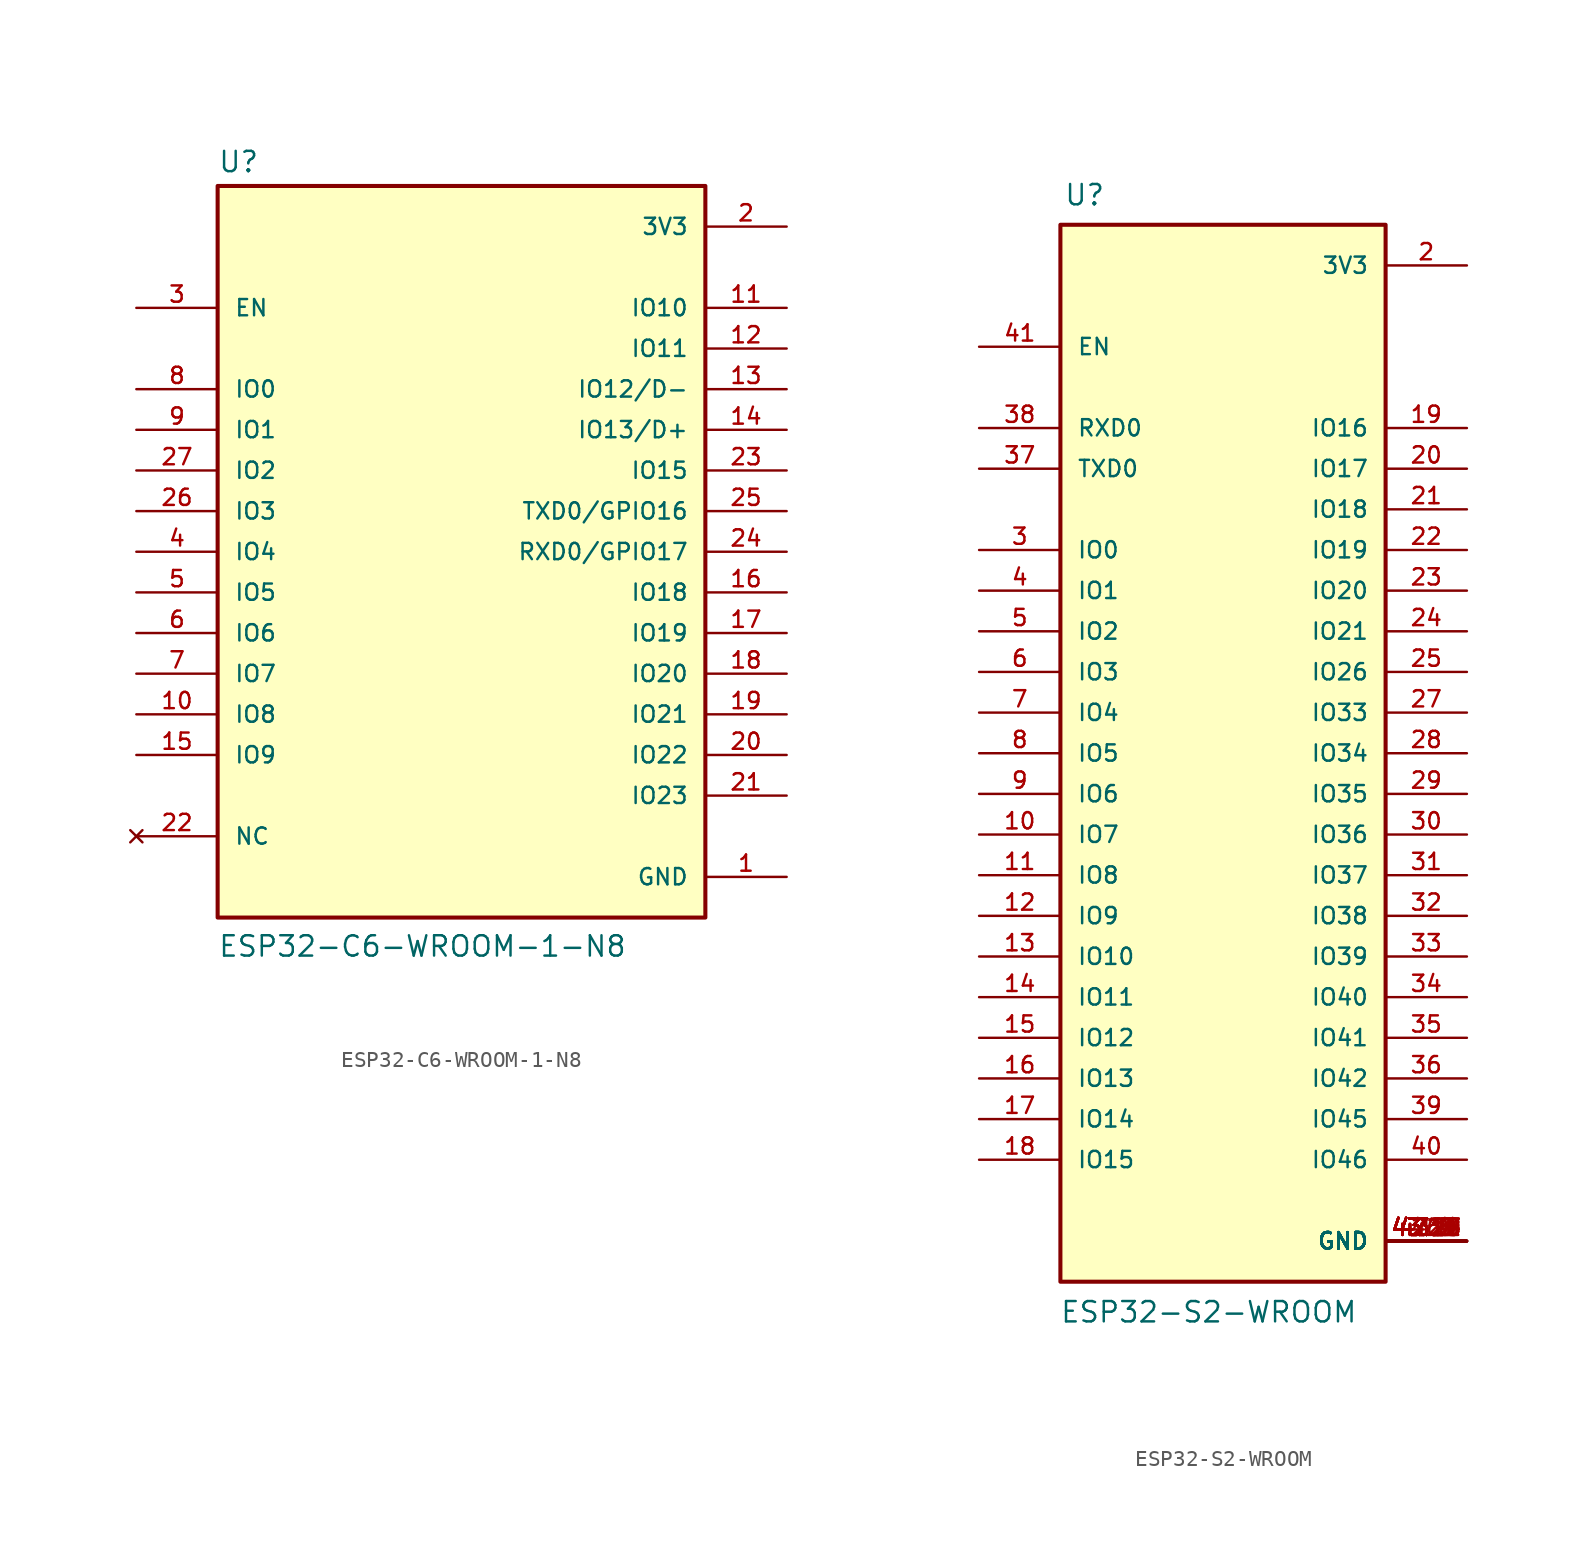
<source format=kicad_sym>
(kicad_symbol_lib
  (version 20220914)
  (generator kicad_symbol_editor)
  (symbol "ESP32-C6-WROOM-1-N8"
    (pin_names
      (offset 1.016))
    (property "Reference" "U"
      (at -15.24 23.622 0)
      (effects (font (size 1.27 1.27)) (justify left bottom)))
    (property "Value" "ESP32-C6-WROOM-1-N8"
      (at -15.24 -25.4 0)
      (effects (font (size 1.27 1.27)) (justify left bottom)))
    (symbol "ESP32-C6-WROOM-1-N8_0_0"
      (rectangle (start -15.24 -22.86) (end 15.24 22.86) (stroke (width 0.254) (type default)) (fill (type background)))
      (pin power_in line (at 20.32 -20.32 180) (length 5.08) (name "GND" (effects (font (size 1.016 1.016)))) (number "1" (effects (font (size 1.016 1.016)))))
      (pin bidirectional line (at -20.32 -10.16 0) (length 5.08) (name "IO8" (effects (font (size 1.016 1.016)))) (number "10" (effects (font (size 1.016 1.016)))))
      (pin bidirectional line (at 20.32 15.24 180) (length 5.08) (name "IO10" (effects (font (size 1.016 1.016)))) (number "11" (effects (font (size 1.016 1.016)))))
      (pin bidirectional line (at 20.32 12.7 180) (length 5.08) (name "IO11" (effects (font (size 1.016 1.016)))) (number "12" (effects (font (size 1.016 1.016)))))
      (pin bidirectional line (at -20.32 -12.7 0) (length 5.08) (name "IO9" (effects (font (size 1.016 1.016)))) (number "15" (effects (font (size 1.016 1.016)))))
      (pin bidirectional line (at 20.32 -2.54 180) (length 5.08) (name "IO18" (effects (font (size 1.016 1.016)))) (number "16" (effects (font (size 1.016 1.016)))))
      (pin bidirectional line (at 20.32 -5.08 180) (length 5.08) (name "IO19" (effects (font (size 1.016 1.016)))) (number "17" (effects (font (size 1.016 1.016)))))
      (pin bidirectional line (at 20.32 -7.62 180) (length 5.08) (name "IO20" (effects (font (size 1.016 1.016)))) (number "18" (effects (font (size 1.016 1.016)))))
      (pin bidirectional line (at 20.32 -10.16 180) (length 5.08) (name "IO21" (effects (font (size 1.016 1.016)))) (number "19" (effects (font (size 1.016 1.016)))))
      (pin power_in line (at 20.32 20.32 180) (length 5.08) (name "3V3" (effects (font (size 1.016 1.016)))) (number "2" (effects (font (size 1.016 1.016)))))
      (pin bidirectional line (at 20.32 -12.7 180) (length 5.08) (name "IO22" (effects (font (size 1.016 1.016)))) (number "20" (effects (font (size 1.016 1.016)))))
      (pin bidirectional line (at 20.32 -15.24 180) (length 5.08) (name "IO23" (effects (font (size 1.016 1.016)))) (number "21" (effects (font (size 1.016 1.016)))))
      (pin no_connect line (at -20.32 -17.78 0) (length 5.08) (name "NC" (effects (font (size 1.016 1.016)))) (number "22" (effects (font (size 1.016 1.016)))))
      (pin bidirectional line (at 20.32 5.08 180) (length 5.08) (name "IO15" (effects (font (size 1.016 1.016)))) (number "23" (effects (font (size 1.016 1.016)))))
      (pin bidirectional line (at 20.32 0 180) (length 5.08) (name "RXD0/GPIO17" (effects (font (size 1.016 1.016)))) (number "24" (effects (font (size 1.016 1.016)))))
      (pin bidirectional line (at 20.32 2.54 180) (length 5.08) (name "TXD0/GPIO16" (effects (font (size 1.016 1.016)))) (number "25" (effects (font (size 1.016 1.016)))))
      (pin bidirectional line (at -20.32 2.54 0) (length 5.08) (name "IO3" (effects (font (size 1.016 1.016)))) (number "26" (effects (font (size 1.016 1.016)))))
      (pin bidirectional line (at -20.32 5.08 0) (length 5.08) (name "IO2" (effects (font (size 1.016 1.016)))) (number "27" (effects (font (size 1.016 1.016)))))
      (pin power_in line (at 20.32 -20.32 180) (length 5.08) hide (name "GND" (effects (font (size 1.016 1.016)))) (number "28" (effects (font (size 1.016 1.016)))))
      (pin power_in line (at 20.32 -20.32 180) (length 5.08) hide (name "GND" (effects (font (size 1.016 1.016)))) (number "29_1" (effects (font (size 1.016 1.016)))))
      (pin power_in line (at 20.32 -20.32 180) (length 5.08) hide (name "GND" (effects (font (size 1.016 1.016)))) (number "29_2" (effects (font (size 1.016 1.016)))))
      (pin power_in line (at 20.32 -20.32 180) (length 5.08) hide (name "GND" (effects (font (size 1.016 1.016)))) (number "29_3" (effects (font (size 1.016 1.016)))))
      (pin power_in line (at 20.32 -20.32 180) (length 5.08) hide (name "GND" (effects (font (size 1.016 1.016)))) (number "29_4" (effects (font (size 1.016 1.016)))))
      (pin power_in line (at 20.32 -20.32 180) (length 5.08) hide (name "GND" (effects (font (size 1.016 1.016)))) (number "29_5" (effects (font (size 1.016 1.016)))))
      (pin power_in line (at 20.32 -20.32 180) (length 5.08) hide (name "GND" (effects (font (size 1.016 1.016)))) (number "29_6" (effects (font (size 1.016 1.016)))))
      (pin power_in line (at 20.32 -20.32 180) (length 5.08) hide (name "GND" (effects (font (size 1.016 1.016)))) (number "29_7" (effects (font (size 1.016 1.016)))))
      (pin power_in line (at 20.32 -20.32 180) (length 5.08) hide (name "GND" (effects (font (size 1.016 1.016)))) (number "29_8" (effects (font (size 1.016 1.016)))))
      (pin power_in line (at 20.32 -20.32 180) (length 5.08) hide (name "GND" (effects (font (size 1.016 1.016)))) (number "29_9" (effects (font (size 1.016 1.016)))))
      (pin input line (at -20.32 15.24 0) (length 5.08) (name "EN" (effects (font (size 1.016 1.016)))) (number "3" (effects (font (size 1.016 1.016)))))
      (pin bidirectional line (at -20.32 0 0) (length 5.08) (name "IO4" (effects (font (size 1.016 1.016)))) (number "4" (effects (font (size 1.016 1.016)))))
      (pin bidirectional line (at -20.32 -2.54 0) (length 5.08) (name "IO5" (effects (font (size 1.016 1.016)))) (number "5" (effects (font (size 1.016 1.016)))))
      (pin bidirectional line (at -20.32 -5.08 0) (length 5.08) (name "IO6" (effects (font (size 1.016 1.016)))) (number "6" (effects (font (size 1.016 1.016)))))
      (pin bidirectional line (at -20.32 -7.62 0) (length 5.08) (name "IO7" (effects (font (size 1.016 1.016)))) (number "7" (effects (font (size 1.016 1.016)))))
      (pin bidirectional line (at -20.32 10.16 0) (length 5.08) (name "IO0" (effects (font (size 1.016 1.016)))) (number "8" (effects (font (size 1.016 1.016)))))
      (pin bidirectional line (at -20.32 7.62 0) (length 5.08) (name "IO1" (effects (font (size 1.016 1.016)))) (number "9" (effects (font (size 1.016 1.016))))))
    (symbol "ESP32-C6-WROOM-1-N8_1_0"
      (pin bidirectional line (at 20.32 10.16 180) (length 5.08) (name "IO12/D-" (effects (font (size 1.016 1.016)))) (number "13" (effects (font (size 1.016 1.016)))))
      (pin bidirectional line (at 20.32 7.62 180) (length 5.08) (name "IO13/D+" (effects (font (size 1.016 1.016)))) (number "14" (effects (font (size 1.016 1.016)))))))
  (symbol "ESP32-S2-WROOM"
    (pin_names
      (offset 1.016))
    (property "Reference" "U"
      (at -9.957 34.138 0)
      (effects (font (size 1.27 1.27)) (justify left bottom)))
    (property "Value" "ESP32-S2-WROOM"
      (at -10.211 -35.662 0)
      (effects (font (size 1.27 1.27)) (justify left bottom)))
    (property "ki_locked" ""
      (at 0 0 0)
      (effects (font (size 1.27 1.27))))
    (symbol "ESP32-S2-WROOM_0_0"
      (rectangle (start -10.16 -33.02) (end 10.16 33.02) (stroke (width 0.254) (type default)) (fill (type background)))
      (pin power_in line (at 15.24 -30.48 180) (length 5.08) (name "GND" (effects (font (size 1.016 1.016)))) (number "1" (effects (font (size 1.016 1.016)))))
      (pin bidirectional line (at -15.24 -5.08 0) (length 5.08) (name "IO7" (effects (font (size 1.016 1.016)))) (number "10" (effects (font (size 1.016 1.016)))))
      (pin bidirectional line (at -15.24 -7.62 0) (length 5.08) (name "IO8" (effects (font (size 1.016 1.016)))) (number "11" (effects (font (size 1.016 1.016)))))
      (pin bidirectional line (at -15.24 -10.16 0) (length 5.08) (name "IO9" (effects (font (size 1.016 1.016)))) (number "12" (effects (font (size 1.016 1.016)))))
      (pin bidirectional line (at -15.24 -12.7 0) (length 5.08) (name "IO10" (effects (font (size 1.016 1.016)))) (number "13" (effects (font (size 1.016 1.016)))))
      (pin bidirectional line (at -15.24 -15.24 0) (length 5.08) (name "IO11" (effects (font (size 1.016 1.016)))) (number "14" (effects (font (size 1.016 1.016)))))
      (pin bidirectional line (at -15.24 -17.78 0) (length 5.08) (name "IO12" (effects (font (size 1.016 1.016)))) (number "15" (effects (font (size 1.016 1.016)))))
      (pin bidirectional line (at -15.24 -20.32 0) (length 5.08) (name "IO13" (effects (font (size 1.016 1.016)))) (number "16" (effects (font (size 1.016 1.016)))))
      (pin bidirectional line (at -15.24 -22.86 0) (length 5.08) (name "IO14" (effects (font (size 1.016 1.016)))) (number "17" (effects (font (size 1.016 1.016)))))
      (pin bidirectional line (at -15.24 -25.4 0) (length 5.08) (name "IO15" (effects (font (size 1.016 1.016)))) (number "18" (effects (font (size 1.016 1.016)))))
      (pin bidirectional line (at 15.24 20.32 180) (length 5.08) (name "IO16" (effects (font (size 1.016 1.016)))) (number "19" (effects (font (size 1.016 1.016)))))
      (pin power_in line (at 15.24 30.48 180) (length 5.08) (name "3V3" (effects (font (size 1.016 1.016)))) (number "2" (effects (font (size 1.016 1.016)))))
      (pin bidirectional line (at 15.24 17.78 180) (length 5.08) (name "IO17" (effects (font (size 1.016 1.016)))) (number "20" (effects (font (size 1.016 1.016)))))
      (pin bidirectional line (at 15.24 15.24 180) (length 5.08) (name "IO18" (effects (font (size 1.016 1.016)))) (number "21" (effects (font (size 1.016 1.016)))))
      (pin bidirectional line (at 15.24 12.7 180) (length 5.08) (name "IO19" (effects (font (size 1.016 1.016)))) (number "22" (effects (font (size 1.016 1.016)))))
      (pin bidirectional line (at 15.24 10.16 180) (length 5.08) (name "IO20" (effects (font (size 1.016 1.016)))) (number "23" (effects (font (size 1.016 1.016)))))
      (pin bidirectional line (at 15.24 7.62 180) (length 5.08) (name "IO21" (effects (font (size 1.016 1.016)))) (number "24" (effects (font (size 1.016 1.016)))))
      (pin bidirectional line (at 15.24 5.08 180) (length 5.08) (name "IO26" (effects (font (size 1.016 1.016)))) (number "25" (effects (font (size 1.016 1.016)))))
      (pin power_in line (at 15.24 -30.48 180) (length 5.08) (name "GND" (effects (font (size 1.016 1.016)))) (number "26" (effects (font (size 1.016 1.016)))))
      (pin bidirectional line (at 15.24 2.54 180) (length 5.08) (name "IO33" (effects (font (size 1.016 1.016)))) (number "27" (effects (font (size 1.016 1.016)))))
      (pin bidirectional line (at 15.24 0 180) (length 5.08) (name "IO34" (effects (font (size 1.016 1.016)))) (number "28" (effects (font (size 1.016 1.016)))))
      (pin bidirectional line (at 15.24 -2.54 180) (length 5.08) (name "IO35" (effects (font (size 1.016 1.016)))) (number "29" (effects (font (size 1.016 1.016)))))
      (pin bidirectional line (at -15.24 12.7 0) (length 5.08) (name "IO0" (effects (font (size 1.016 1.016)))) (number "3" (effects (font (size 1.016 1.016)))))
      (pin bidirectional line (at 15.24 -5.08 180) (length 5.08) (name "IO36" (effects (font (size 1.016 1.016)))) (number "30" (effects (font (size 1.016 1.016)))))
      (pin bidirectional line (at 15.24 -7.62 180) (length 5.08) (name "IO37" (effects (font (size 1.016 1.016)))) (number "31" (effects (font (size 1.016 1.016)))))
      (pin bidirectional line (at 15.24 -10.16 180) (length 5.08) (name "IO38" (effects (font (size 1.016 1.016)))) (number "32" (effects (font (size 1.016 1.016)))))
      (pin bidirectional line (at 15.24 -12.7 180) (length 5.08) (name "IO39" (effects (font (size 1.016 1.016)))) (number "33" (effects (font (size 1.016 1.016)))))
      (pin bidirectional line (at 15.24 -15.24 180) (length 5.08) (name "IO40" (effects (font (size 1.016 1.016)))) (number "34" (effects (font (size 1.016 1.016)))))
      (pin bidirectional line (at 15.24 -17.78 180) (length 5.08) (name "IO41" (effects (font (size 1.016 1.016)))) (number "35" (effects (font (size 1.016 1.016)))))
      (pin bidirectional line (at 15.24 -20.32 180) (length 5.08) (name "IO42" (effects (font (size 1.016 1.016)))) (number "36" (effects (font (size 1.016 1.016)))))
      (pin bidirectional line (at -15.24 17.78 0) (length 5.08) (name "TXD0" (effects (font (size 1.016 1.016)))) (number "37" (effects (font (size 1.016 1.016)))))
      (pin bidirectional line (at -15.24 20.32 0) (length 5.08) (name "RXD0" (effects (font (size 1.016 1.016)))) (number "38" (effects (font (size 1.016 1.016)))))
      (pin bidirectional line (at 15.24 -22.86 180) (length 5.08) (name "IO45" (effects (font (size 1.016 1.016)))) (number "39" (effects (font (size 1.016 1.016)))))
      (pin bidirectional line (at -15.24 10.16 0) (length 5.08) (name "IO1" (effects (font (size 1.016 1.016)))) (number "4" (effects (font (size 1.016 1.016)))))
      (pin bidirectional line (at 15.24 -25.4 180) (length 5.08) (name "IO46" (effects (font (size 1.016 1.016)))) (number "40" (effects (font (size 1.016 1.016)))))
      (pin input line (at -15.24 25.4 0) (length 5.08) (name "EN" (effects (font (size 1.016 1.016)))) (number "41" (effects (font (size 1.016 1.016)))))
      (pin power_in line (at 15.24 -30.48 180) (length 5.08) (name "GND" (effects (font (size 1.016 1.016)))) (number "42" (effects (font (size 1.016 1.016)))))
      (pin power_in line (at 15.24 -30.48 180) (length 5.08) (name "GND" (effects (font (size 1.016 1.016)))) (number "43.1" (effects (font (size 1.016 1.016)))))
      (pin power_in line (at 15.24 -30.48 180) (length 5.08) (name "GND" (effects (font (size 1.016 1.016)))) (number "43.10" (effects (font (size 1.016 1.016)))))
      (pin power_in line (at 15.24 -30.48 180) (length 5.08) (name "GND" (effects (font (size 1.016 1.016)))) (number "43.11" (effects (font (size 1.016 1.016)))))
      (pin power_in line (at 15.24 -30.48 180) (length 5.08) (name "GND" (effects (font (size 1.016 1.016)))) (number "43.12" (effects (font (size 1.016 1.016)))))
      (pin power_in line (at 15.24 -30.48 180) (length 5.08) (name "GND" (effects (font (size 1.016 1.016)))) (number "43.13" (effects (font (size 1.016 1.016)))))
      (pin power_in line (at 15.24 -30.48 180) (length 5.08) (name "GND" (effects (font (size 1.016 1.016)))) (number "43.14" (effects (font (size 1.016 1.016)))))
      (pin power_in line (at 15.24 -30.48 180) (length 5.08) (name "GND" (effects (font (size 1.016 1.016)))) (number "43.15" (effects (font (size 1.016 1.016)))))
      (pin power_in line (at 15.24 -30.48 180) (length 5.08) (name "GND" (effects (font (size 1.016 1.016)))) (number "43.16" (effects (font (size 1.016 1.016)))))
      (pin power_in line (at 15.24 -30.48 180) (length 5.08) (name "GND" (effects (font (size 1.016 1.016)))) (number "43.17" (effects (font (size 1.016 1.016)))))
      (pin power_in line (at 15.24 -30.48 180) (length 5.08) (name "GND" (effects (font (size 1.016 1.016)))) (number "43.18" (effects (font (size 1.016 1.016)))))
      (pin power_in line (at 15.24 -30.48 180) (length 5.08) (name "GND" (effects (font (size 1.016 1.016)))) (number "43.19" (effects (font (size 1.016 1.016)))))
      (pin power_in line (at 15.24 -30.48 180) (length 5.08) (name "GND" (effects (font (size 1.016 1.016)))) (number "43.2" (effects (font (size 1.016 1.016)))))
      (pin power_in line (at 15.24 -30.48 180) (length 5.08) (name "GND" (effects (font (size 1.016 1.016)))) (number "43.20" (effects (font (size 1.016 1.016)))))
      (pin power_in line (at 15.24 -30.48 180) (length 5.08) (name "GND" (effects (font (size 1.016 1.016)))) (number "43.21" (effects (font (size 1.016 1.016)))))
      (pin power_in line (at 15.24 -30.48 180) (length 5.08) (name "GND" (effects (font (size 1.016 1.016)))) (number "43.3" (effects (font (size 1.016 1.016)))))
      (pin power_in line (at 15.24 -30.48 180) (length 5.08) (name "GND" (effects (font (size 1.016 1.016)))) (number "43.4" (effects (font (size 1.016 1.016)))))
      (pin power_in line (at 15.24 -30.48 180) (length 5.08) (name "GND" (effects (font (size 1.016 1.016)))) (number "43.5" (effects (font (size 1.016 1.016)))))
      (pin power_in line (at 15.24 -30.48 180) (length 5.08) (name "GND" (effects (font (size 1.016 1.016)))) (number "43.6" (effects (font (size 1.016 1.016)))))
      (pin power_in line (at 15.24 -30.48 180) (length 5.08) (name "GND" (effects (font (size 1.016 1.016)))) (number "43.7" (effects (font (size 1.016 1.016)))))
      (pin power_in line (at 15.24 -30.48 180) (length 5.08) (name "GND" (effects (font (size 1.016 1.016)))) (number "43.8" (effects (font (size 1.016 1.016)))))
      (pin power_in line (at 15.24 -30.48 180) (length 5.08) (name "GND" (effects (font (size 1.016 1.016)))) (number "43.9" (effects (font (size 1.016 1.016)))))
      (pin bidirectional line (at -15.24 7.62 0) (length 5.08) (name "IO2" (effects (font (size 1.016 1.016)))) (number "5" (effects (font (size 1.016 1.016)))))
      (pin bidirectional line (at -15.24 5.08 0) (length 5.08) (name "IO3" (effects (font (size 1.016 1.016)))) (number "6" (effects (font (size 1.016 1.016)))))
      (pin bidirectional line (at -15.24 2.54 0) (length 5.08) (name "IO4" (effects (font (size 1.016 1.016)))) (number "7" (effects (font (size 1.016 1.016)))))
      (pin bidirectional line (at -15.24 0 0) (length 5.08) (name "IO5" (effects (font (size 1.016 1.016)))) (number "8" (effects (font (size 1.016 1.016)))))
      (pin bidirectional line (at -15.24 -2.54 0) (length 5.08) (name "IO6" (effects (font (size 1.016 1.016)))) (number "9" (effects (font (size 1.016 1.016))))))))
</source>
